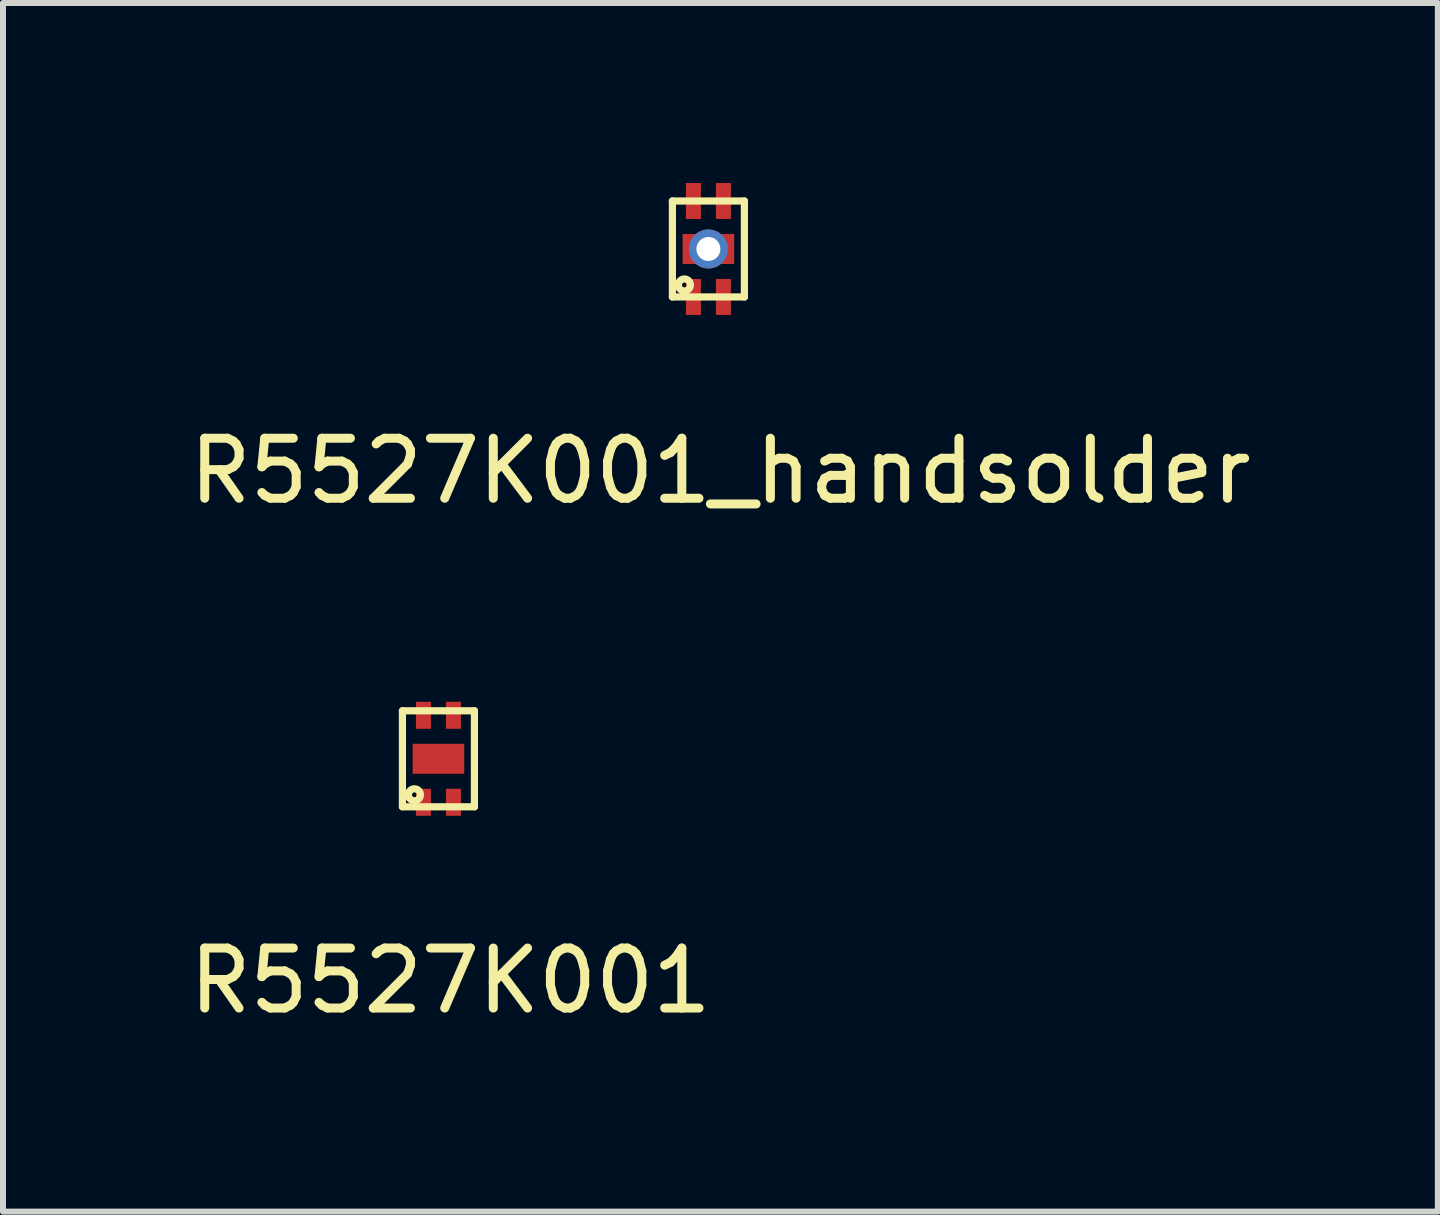
<source format=kicad_pcb>
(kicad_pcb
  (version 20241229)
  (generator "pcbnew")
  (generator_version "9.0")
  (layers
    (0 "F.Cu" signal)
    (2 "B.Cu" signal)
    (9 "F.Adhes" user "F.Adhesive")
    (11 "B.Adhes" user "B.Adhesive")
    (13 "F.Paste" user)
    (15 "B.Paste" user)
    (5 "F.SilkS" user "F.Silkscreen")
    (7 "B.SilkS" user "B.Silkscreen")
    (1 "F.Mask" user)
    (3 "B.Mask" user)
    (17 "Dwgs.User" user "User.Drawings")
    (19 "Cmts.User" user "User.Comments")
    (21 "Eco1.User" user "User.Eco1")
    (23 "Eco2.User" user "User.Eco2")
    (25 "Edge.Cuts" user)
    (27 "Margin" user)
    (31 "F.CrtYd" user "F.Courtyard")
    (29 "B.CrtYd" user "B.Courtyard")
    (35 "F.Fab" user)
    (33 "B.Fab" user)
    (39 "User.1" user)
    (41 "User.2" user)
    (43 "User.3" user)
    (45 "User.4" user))
  (footprint "R5527K001_handsolder"
    (layer "F.Cu")
    (at 8.758 1.1)
    (property "Reference" "R5527K001_handsolder" (at 0.2 3.7 0) (layer "F.SilkS") (effects (font (size 1 1) (thickness 0.15))))
    (attr through_hole)
    (fp_line (start -0.6 -0.8) (end -0.6 0.8) (stroke (width 0.12) (type solid)) (layer "F.SilkS"))
    (fp_line (start -0.6 -0.8) (end 0.6 -0.8) (stroke (width 0.12) (type solid)) (layer "F.SilkS"))
    (fp_line (start -0.6 0.8) (end 0.6 0.8) (stroke (width 0.12) (type solid)) (layer "F.SilkS"))
    (fp_line (start 0.6 0.8) (end 0.6 -0.8) (stroke (width 0.12) (type solid)) (layer "F.SilkS"))
    (fp_circle (center -0.4 0.6) (end -0.3 0.6) (stroke (width 0.12) (type solid)) (fill no) (layer "F.SilkS"))
    (pad "1" smd rect (at -0.25 0.8) (size 0.25 0.6) (layers "F.Cu" "F.Mask" "F.Paste"))
    (pad "2" smd rect (at 0.25 0.8) (size 0.25 0.6) (layers "F.Cu" "F.Mask" "F.Paste"))
    (pad "3" smd rect (at 0.25 -0.8) (size 0.25 0.6) (layers "F.Cu" "F.Mask" "F.Paste"))
    (pad "4" smd rect (at -0.25 -0.8) (size 0.25 0.6) (layers "F.Cu" "F.Mask" "F.Paste"))
    (pad "5" thru_hole circle (at 0 0) (size 0.65 0.65) (drill 0.4) (layers "*.Cu" "*.Mask"))
    (pad "5" smd rect (at 0 0) (size 0.86 0.5) (layers "F.Cu" "F.Mask" "F.Paste")))
  (footprint "R5527K001"
    (layer "F.Cu")
    (at 4.258 9.598)
    (property "Reference" "R5527K001" (at 0.2 3.7 0) (layer "F.SilkS") (effects (font (size 1 1) (thickness 0.15))))
    (attr through_hole)
    (fp_line (start -0.6 -0.8) (end -0.6 0.8) (stroke (width 0.12) (type solid)) (layer "F.SilkS"))
    (fp_line (start -0.6 -0.8) (end 0.6 -0.8) (stroke (width 0.12) (type solid)) (layer "F.SilkS"))
    (fp_line (start -0.6 0.8) (end 0.6 0.8) (stroke (width 0.12) (type solid)) (layer "F.SilkS"))
    (fp_line (start 0.6 0.8) (end 0.6 -0.8) (stroke (width 0.12) (type solid)) (layer "F.SilkS"))
    (fp_circle (center -0.4 0.6) (end -0.3 0.6) (stroke (width 0.12) (type solid)) (fill no) (layer "F.SilkS"))
    (pad "1" smd rect (at -0.25 0.725) (size 0.25 0.45) (layers "F.Cu" "F.Mask" "F.Paste"))
    (pad "2" smd rect (at 0.25 0.725) (size 0.25 0.45) (layers "F.Cu" "F.Mask" "F.Paste"))
    (pad "3" smd rect (at 0.25 -0.725) (size 0.25 0.45) (layers "F.Cu" "F.Mask" "F.Paste"))
    (pad "4" smd rect (at -0.25 -0.725) (size 0.25 0.45) (layers "F.Cu" "F.Mask" "F.Paste"))
    (pad "5" smd rect (at 0 0) (size 0.86 0.5) (layers "F.Cu" "F.Mask" "F.Paste")))
  (gr_rect
    (start -3 -3)
    (end 20.917 17.146)
    (stroke (width 0.1) (type default))
    (fill no)
    (layer "Edge.Cuts")))
</source>
